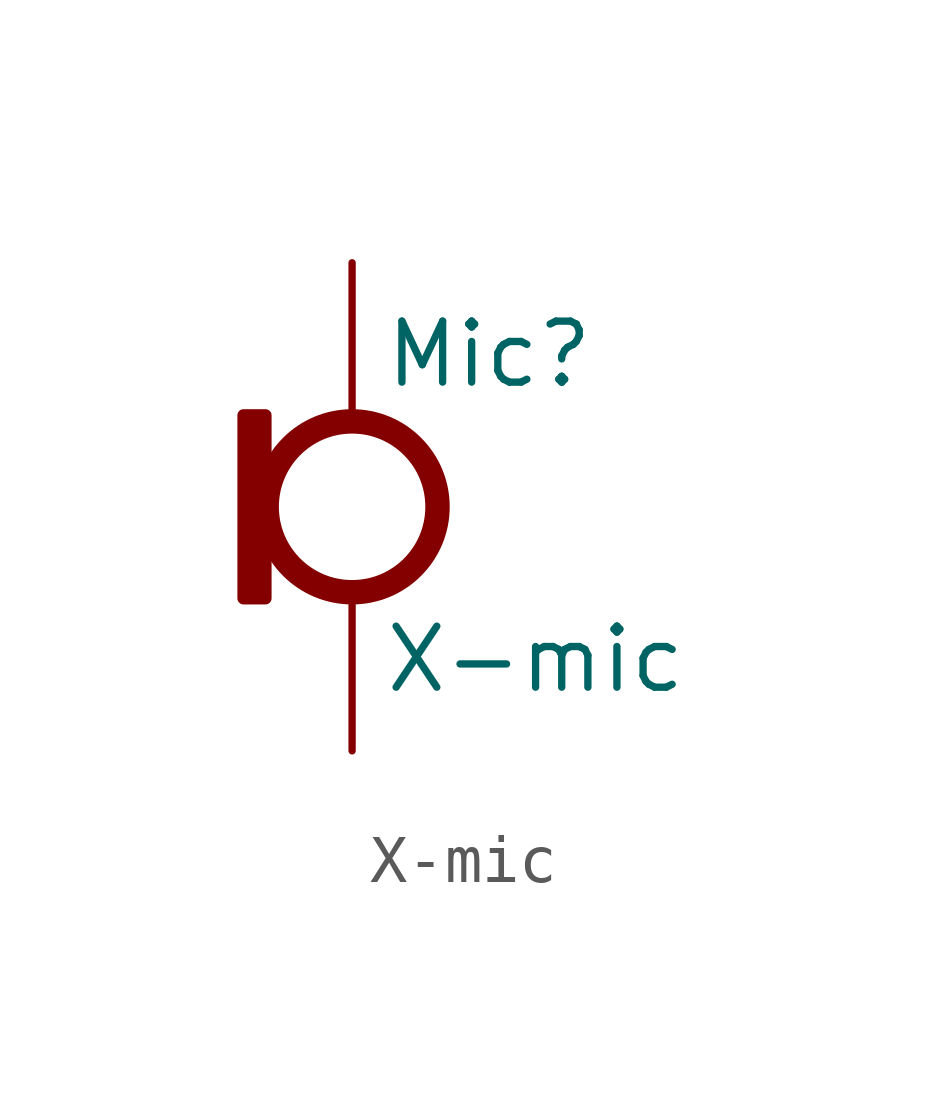
<source format=kicad_sym>
(kicad_symbol_lib
  (version 20211014)
  (generator kicad_symbol_editor)
  (symbol "X-mic"
    (pin_numbers hide)
    (pin_names
      (offset 0) hide)
    (property "Reference" "Mic"
      (at 0.635 3.175 0)
      (effects (font (size 1.27 1.27)) (justify left)))
    (property "Value" "X-mic"
      (at 0.635 -3.175 0)
      (effects (font (size 1.27 1.27)) (justify left)))
    (symbol "X-mic_1_0"
      (rectangle (start -2.261 1.905) (end -1.803 -1.905) (stroke (width 0.254) (type default) (color 0 0 0 0)) (fill (type outline)))
      (circle (center 0 0) (radius 1.778) (stroke (width 0.508) (type default) (color 0 0 0 0)) (fill (type none)))
      (pin passive line (at 0 5.08 270) (length 3.175) (name "+" (effects (font (size 1.27 1.27)))) (number "1" (effects (font (size 1.27 1.27)))))
      (pin passive line (at 0 -5.08 90) (length 3.175) (name "-" (effects (font (size 1.27 1.27)))) (number "2" (effects (font (size 1.27 1.27))))))))
</source>
